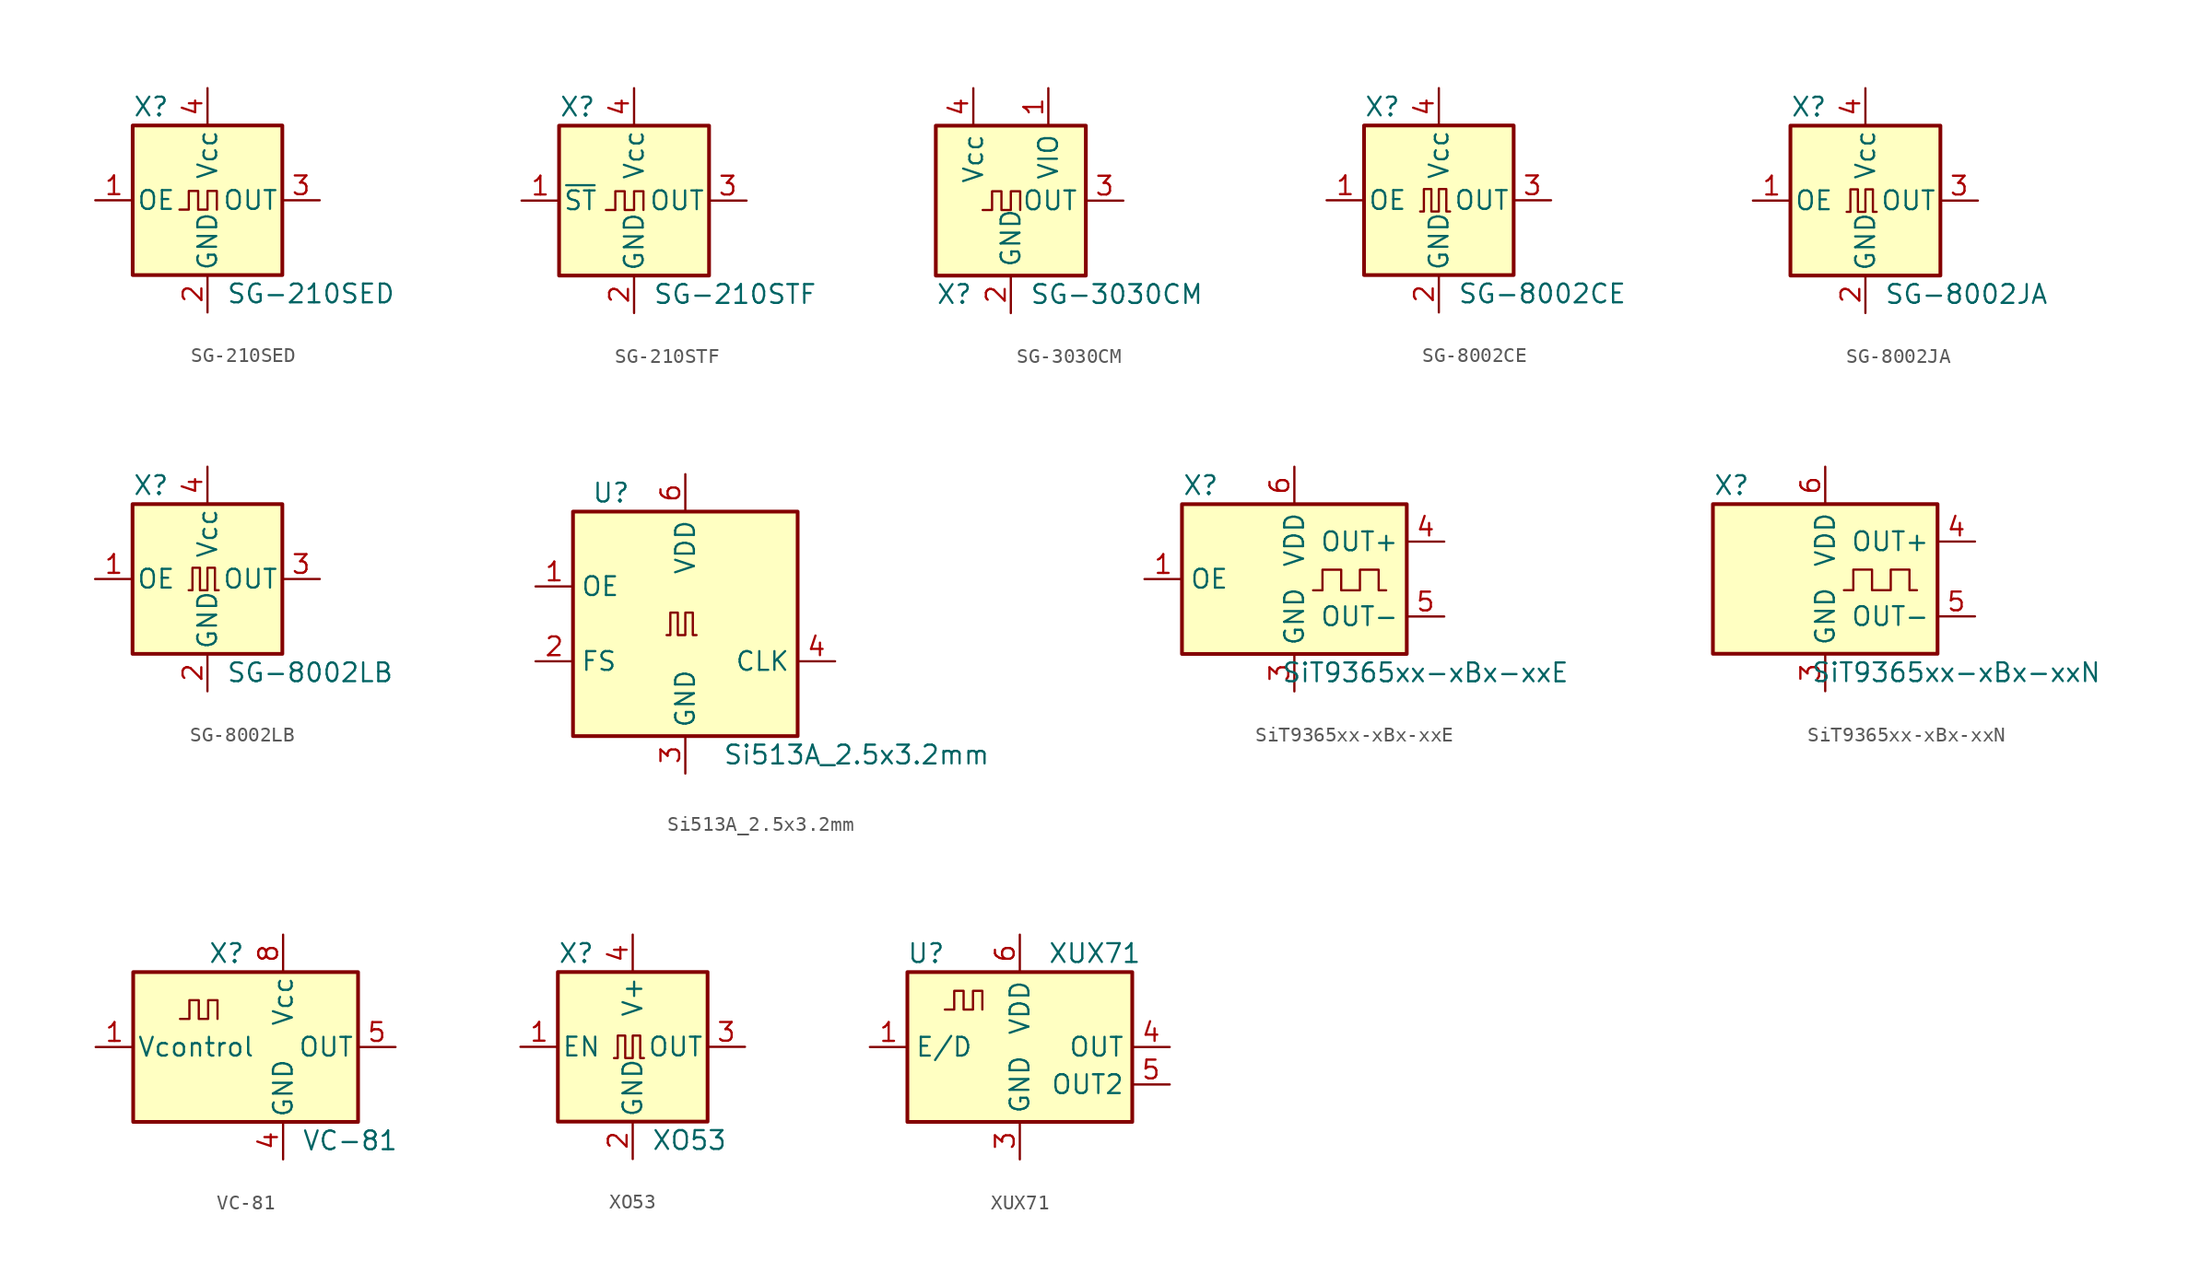
<source format=kicad_sym>
(kicad_symbol_lib
  (version 20231120)
  (generator "kicad_symbol_editor")
  (generator_version "8.0")
  (symbol "SG-210SED"
    (pin_names
      (offset 0.254))
    (property "Reference" "X"
      (at -5.08 6.35 0)
      (effects (font (size 1.27 1.27)) (justify left)))
    (property "Value" "SG-210SED"
      (at 1.27 -6.35 0)
      (effects (font (size 1.27 1.27)) (justify left)))
    (symbol "SG-210SED_0_1"
      (rectangle (start -5.08 5.08) (end 5.08 -5.08) (stroke (width 0.254) (type default)) (fill (type background)))
      (polyline (pts (xy -1.905 -0.635) (xy -1.27 -0.635) (xy -1.27 0.635) (xy -0.635 0.635) (xy -0.635 -0.635) (xy 0 -0.635) (xy 0 0.635) (xy 0.635 0.635) (xy 0.635 -0.635)) (stroke (width 0) (type default)) (fill (type none))))
    (symbol "SG-210SED_1_1"
      (pin input line (at -7.62 0 0) (length 2.54) (name "OE" (effects (font (size 1.27 1.27)))) (number "1" (effects (font (size 1.27 1.27)))))
      (pin power_in line (at 0 -7.62 90) (length 2.54) (name "GND" (effects (font (size 1.27 1.27)))) (number "2" (effects (font (size 1.27 1.27)))))
      (pin output line (at 7.62 0 180) (length 2.54) (name "OUT" (effects (font (size 1.27 1.27)))) (number "3" (effects (font (size 1.27 1.27)))))
      (pin power_in line (at 0 7.62 270) (length 2.54) (name "Vcc" (effects (font (size 1.27 1.27)))) (number "4" (effects (font (size 1.27 1.27)))))))
  (symbol "SG-210STF"
    (pin_names
      (offset 0.254))
    (property "Reference" "X"
      (at -5.08 6.35 0)
      (effects (font (size 1.27 1.27)) (justify left)))
    (property "Value" "SG-210STF"
      (at 1.27 -6.35 0)
      (effects (font (size 1.27 1.27)) (justify left)))
    (symbol "SG-210STF_0_1"
      (rectangle (start -5.08 5.08) (end 5.08 -5.08) (stroke (width 0.254) (type default)) (fill (type background)))
      (polyline (pts (xy -1.905 -0.635) (xy -1.27 -0.635) (xy -1.27 0.635) (xy -0.635 0.635) (xy -0.635 -0.635) (xy 0 -0.635) (xy 0 0.635) (xy 0.635 0.635) (xy 0.635 -0.635)) (stroke (width 0) (type default)) (fill (type none))))
    (symbol "SG-210STF_1_1"
      (pin input line (at -7.62 0 0) (length 2.54) (name "~{ST}" (effects (font (size 1.27 1.27)))) (number "1" (effects (font (size 1.27 1.27)))))
      (pin power_in line (at 0 -7.62 90) (length 2.54) (name "GND" (effects (font (size 1.27 1.27)))) (number "2" (effects (font (size 1.27 1.27)))))
      (pin output line (at 7.62 0 180) (length 2.54) (name "OUT" (effects (font (size 1.27 1.27)))) (number "3" (effects (font (size 1.27 1.27)))))
      (pin power_in line (at 0 7.62 270) (length 2.54) (name "Vcc" (effects (font (size 1.27 1.27)))) (number "4" (effects (font (size 1.27 1.27)))))))
  (symbol "SG-3030CM"
    (property "Reference" "X"
      (at -5.08 -6.35 0)
      (effects (font (size 1.27 1.27)) (justify left)))
    (property "Value" "SG-3030CM"
      (at 1.27 -6.35 0)
      (effects (font (size 1.27 1.27)) (justify left)))
    (symbol "SG-3030CM_0_1"
      (rectangle (start -5.08 5.08) (end 5.08 -5.08) (stroke (width 0.254) (type default)) (fill (type background)))
      (polyline (pts (xy -1.905 -0.635) (xy -1.27 -0.635) (xy -1.27 0.635) (xy -0.635 0.635) (xy -0.635 -0.635) (xy 0 -0.635) (xy 0 0.635) (xy 0.635 0.635) (xy 0.635 -0.635)) (stroke (width 0) (type default)) (fill (type none))))
    (symbol "SG-3030CM_1_1"
      (pin power_in line (at 2.54 7.62 270) (length 2.54) (name "VIO" (effects (font (size 1.27 1.27)))) (number "1" (effects (font (size 1.27 1.27)))))
      (pin power_in line (at 0 -7.62 90) (length 2.54) (name "GND" (effects (font (size 1.27 1.27)))) (number "2" (effects (font (size 1.27 1.27)))))
      (pin output line (at 7.62 0 180) (length 2.54) (name "OUT" (effects (font (size 1.27 1.27)))) (number "3" (effects (font (size 1.27 1.27)))))
      (pin power_in line (at -2.54 7.62 270) (length 2.54) (name "Vcc" (effects (font (size 1.27 1.27)))) (number "4" (effects (font (size 1.27 1.27)))))))
  (symbol "SG-8002CE"
    (pin_names
      (offset 0.254))
    (property "Reference" "X"
      (at -5.08 6.35 0)
      (effects (font (size 1.27 1.27)) (justify left)))
    (property "Value" "SG-8002CE"
      (at 1.27 -6.35 0)
      (effects (font (size 1.27 1.27)) (justify left)))
    (symbol "SG-8002CE_0_1"
      (rectangle (start -5.08 5.08) (end 5.08 -5.08) (stroke (width 0.254) (type default)) (fill (type background)))
      (polyline (pts (xy -1.27 -0.762) (xy -1.016 -0.762) (xy -1.016 0.762) (xy -0.508 0.762) (xy -0.508 -0.762) (xy 0 -0.762) (xy 0 0.762) (xy 0.508 0.762) (xy 0.508 -0.762) (xy 0.762 -0.762)) (stroke (width 0) (type default)) (fill (type none))))
    (symbol "SG-8002CE_1_1"
      (pin input line (at -7.62 0 0) (length 2.54) (name "OE" (effects (font (size 1.27 1.27)))) (number "1" (effects (font (size 1.27 1.27)))))
      (pin power_in line (at 0 -7.62 90) (length 2.54) (name "GND" (effects (font (size 1.27 1.27)))) (number "2" (effects (font (size 1.27 1.27)))))
      (pin output line (at 7.62 0 180) (length 2.54) (name "OUT" (effects (font (size 1.27 1.27)))) (number "3" (effects (font (size 1.27 1.27)))))
      (pin power_in line (at 0 7.62 270) (length 2.54) (name "Vcc" (effects (font (size 1.27 1.27)))) (number "4" (effects (font (size 1.27 1.27)))))))
  (symbol "SG-8002JA"
    (pin_names
      (offset 0.254))
    (property "Reference" "X"
      (at -5.08 6.35 0)
      (effects (font (size 1.27 1.27)) (justify left)))
    (property "Value" "SG-8002JA"
      (at 1.27 -6.35 0)
      (effects (font (size 1.27 1.27)) (justify left)))
    (symbol "SG-8002JA_0_1"
      (rectangle (start -5.08 5.08) (end 5.08 -5.08) (stroke (width 0.254) (type default)) (fill (type background)))
      (polyline (pts (xy -1.27 -0.762) (xy -1.016 -0.762) (xy -1.016 0.762) (xy -0.508 0.762) (xy -0.508 -0.762) (xy 0 -0.762) (xy 0 0.762) (xy 0.508 0.762) (xy 0.508 -0.762) (xy 0.762 -0.762)) (stroke (width 0) (type default)) (fill (type none))))
    (symbol "SG-8002JA_1_1"
      (pin input line (at -7.62 0 0) (length 2.54) (name "OE" (effects (font (size 1.27 1.27)))) (number "1" (effects (font (size 1.27 1.27)))))
      (pin power_in line (at 0 -7.62 90) (length 2.54) (name "GND" (effects (font (size 1.27 1.27)))) (number "2" (effects (font (size 1.27 1.27)))))
      (pin output line (at 7.62 0 180) (length 2.54) (name "OUT" (effects (font (size 1.27 1.27)))) (number "3" (effects (font (size 1.27 1.27)))))
      (pin power_in line (at 0 7.62 270) (length 2.54) (name "Vcc" (effects (font (size 1.27 1.27)))) (number "4" (effects (font (size 1.27 1.27)))))))
  (symbol "SG-8002LB"
    (pin_names
      (offset 0.254))
    (property "Reference" "X"
      (at -5.08 6.35 0)
      (effects (font (size 1.27 1.27)) (justify left)))
    (property "Value" "SG-8002LB"
      (at 1.27 -6.35 0)
      (effects (font (size 1.27 1.27)) (justify left)))
    (symbol "SG-8002LB_0_1"
      (rectangle (start -5.08 5.08) (end 5.08 -5.08) (stroke (width 0.254) (type default)) (fill (type background)))
      (polyline (pts (xy -1.27 -0.762) (xy -1.016 -0.762) (xy -1.016 0.762) (xy -0.508 0.762) (xy -0.508 -0.762) (xy 0 -0.762) (xy 0 0.762) (xy 0.508 0.762) (xy 0.508 -0.762) (xy 0.762 -0.762)) (stroke (width 0) (type default)) (fill (type none))))
    (symbol "SG-8002LB_1_1"
      (pin input line (at -7.62 0 0) (length 2.54) (name "OE" (effects (font (size 1.27 1.27)))) (number "1" (effects (font (size 1.27 1.27)))))
      (pin power_in line (at 0 -7.62 90) (length 2.54) (name "GND" (effects (font (size 1.27 1.27)))) (number "2" (effects (font (size 1.27 1.27)))))
      (pin output line (at 7.62 0 180) (length 2.54) (name "OUT" (effects (font (size 1.27 1.27)))) (number "3" (effects (font (size 1.27 1.27)))))
      (pin power_in line (at 0 7.62 270) (length 2.54) (name "Vcc" (effects (font (size 1.27 1.27)))) (number "4" (effects (font (size 1.27 1.27)))))))
  (symbol "Si513A_2.5x3.2mm"
    (property "Reference" "U"
      (at -6.35 8.89 0)
      (effects (font (size 1.27 1.27)) (justify left)))
    (property "Value" "Si513A_2.5x3.2mm"
      (at 2.54 -8.89 0)
      (effects (font (size 1.27 1.27)) (justify left)))
    (symbol "Si513A_2.5x3.2mm_0_1"
      (rectangle (start -7.62 7.62) (end 7.62 -7.62) (stroke (width 0.254) (type default)) (fill (type background)))
      (polyline (pts (xy -1.27 -0.762) (xy -1.016 -0.762) (xy -1.016 0.762) (xy -0.508 0.762) (xy -0.508 -0.762) (xy 0 -0.762) (xy 0 0.762) (xy 0.508 0.762) (xy 0.508 -0.762) (xy 0.762 -0.762)) (stroke (width 0) (type default)) (fill (type none))))
    (symbol "Si513A_2.5x3.2mm_1_1"
      (pin input line (at -10.16 2.54 0) (length 2.54) (name "OE" (effects (font (size 1.27 1.27)))) (number "1" (effects (font (size 1.27 1.27)))))
      (pin input line (at -10.16 -2.54 0) (length 2.54) (name "FS" (effects (font (size 1.27 1.27)))) (number "2" (effects (font (size 1.27 1.27)))))
      (pin power_in line (at 0 -10.16 90) (length 2.54) (name "GND" (effects (font (size 1.27 1.27)))) (number "3" (effects (font (size 1.27 1.27)))))
      (pin output line (at 10.16 -2.54 180) (length 2.54) (name "CLK" (effects (font (size 1.27 1.27)))) (number "4" (effects (font (size 1.27 1.27)))))
      (pin no_connect line (at 7.62 2.54 180) (length 2.54) hide (name "NC" (effects (font (size 1.27 1.27)))) (number "5" (effects (font (size 1.27 1.27)))))
      (pin power_in line (at 0 10.16 270) (length 2.54) (name "VDD" (effects (font (size 1.27 1.27)))) (number "6" (effects (font (size 1.27 1.27)))))))
  (symbol "SiT9365xx-xBx-xxE"
    (property "Reference" "X"
      (at -6.35 6.35 0)
      (effects (font (size 1.27 1.27))))
    (property "Value" "SiT9365xx-xBx-xxE"
      (at 8.89 -6.35 0)
      (effects (font (size 1.27 1.27))))
    (symbol "SiT9365xx-xBx-xxE_0_1"
      (rectangle (start -7.62 5.08) (end 7.62 -5.08) (stroke (width 0.254) (type default)) (fill (type background)))
      (polyline (pts (xy 1.27 -0.762) (xy 1.905 -0.762) (xy 1.905 0.635) (xy 3.175 0.635) (xy 3.175 -0.762) (xy 4.445 -0.762) (xy 4.445 0.635) (xy 5.715 0.635) (xy 5.715 -0.762) (xy 6.223 -0.762)) (stroke (width 0) (type default)) (fill (type none))))
    (symbol "SiT9365xx-xBx-xxE_1_1"
      (pin input line (at -10.16 0 0) (length 2.54) (name "OE" (effects (font (size 1.27 1.27)))) (number "1" (effects (font (size 1.27 1.27)))))
      (pin no_connect line (at -7.62 2.54 0) (length 2.54) hide (name "NC" (effects (font (size 1.27 1.27)))) (number "2" (effects (font (size 1.27 1.27)))))
      (pin power_in line (at 0 -7.62 90) (length 2.54) (name "GND" (effects (font (size 1.27 1.27)))) (number "3" (effects (font (size 1.27 1.27)))))
      (pin output line (at 10.16 2.54 180) (length 2.54) (name "OUT+" (effects (font (size 1.27 1.27)))) (number "4" (effects (font (size 1.27 1.27)))))
      (pin output line (at 10.16 -2.54 180) (length 2.54) (name "OUT-" (effects (font (size 1.27 1.27)))) (number "5" (effects (font (size 1.27 1.27)))))
      (pin power_in line (at 0 7.62 270) (length 2.54) (name "VDD" (effects (font (size 1.27 1.27)))) (number "6" (effects (font (size 1.27 1.27)))))))
  (symbol "SiT9365xx-xBx-xxN"
    (property "Reference" "X"
      (at -6.35 6.35 0)
      (effects (font (size 1.27 1.27))))
    (property "Value" "SiT9365xx-xBx-xxN"
      (at 8.89 -6.35 0)
      (effects (font (size 1.27 1.27))))
    (symbol "SiT9365xx-xBx-xxN_0_1"
      (rectangle (start -7.62 5.08) (end 7.62 -5.08) (stroke (width 0.254) (type default)) (fill (type background)))
      (polyline (pts (xy 1.27 -0.762) (xy 1.905 -0.762) (xy 1.905 0.635) (xy 3.175 0.635) (xy 3.175 -0.762) (xy 4.445 -0.762) (xy 4.445 0.635) (xy 5.715 0.635) (xy 5.715 -0.762) (xy 6.223 -0.762)) (stroke (width 0) (type default)) (fill (type none))))
    (symbol "SiT9365xx-xBx-xxN_1_1"
      (pin no_connect line (at -7.62 0 0) (length 2.54) hide (name "NC" (effects (font (size 1.27 1.27)))) (number "1" (effects (font (size 1.27 1.27)))))
      (pin no_connect line (at -7.62 2.54 0) (length 2.54) hide (name "NC" (effects (font (size 1.27 1.27)))) (number "2" (effects (font (size 1.27 1.27)))))
      (pin power_in line (at 0 -7.62 90) (length 2.54) (name "GND" (effects (font (size 1.27 1.27)))) (number "3" (effects (font (size 1.27 1.27)))))
      (pin output line (at 10.16 2.54 180) (length 2.54) (name "OUT+" (effects (font (size 1.27 1.27)))) (number "4" (effects (font (size 1.27 1.27)))))
      (pin output line (at 10.16 -2.54 180) (length 2.54) (name "OUT-" (effects (font (size 1.27 1.27)))) (number "5" (effects (font (size 1.27 1.27)))))
      (pin power_in line (at 0 7.62 270) (length 2.54) (name "VDD" (effects (font (size 1.27 1.27)))) (number "6" (effects (font (size 1.27 1.27)))))))
  (symbol "VC-81"
    (pin_names
      (offset 0.254))
    (property "Reference" "X"
      (at -5.08 6.35 0)
      (effects (font (size 1.27 1.27)) (justify left)))
    (property "Value" "VC-81"
      (at 1.27 -6.35 0)
      (effects (font (size 1.27 1.27)) (justify left)))
    (symbol "VC-81_0_1"
      (rectangle (start -10.16 5.08) (end 5.08 -5.08) (stroke (width 0.254) (type default)) (fill (type background)))
      (polyline (pts (xy -6.985 1.905) (xy -6.35 1.905) (xy -6.35 3.175) (xy -5.715 3.175) (xy -5.715 1.905) (xy -5.08 1.905) (xy -5.08 3.175) (xy -4.445 3.175) (xy -4.445 1.905)) (stroke (width 0) (type default)) (fill (type none))))
    (symbol "VC-81_1_1"
      (pin input line (at -12.7 0 0) (length 2.54) (name "Vcontrol" (effects (font (size 1.27 1.27)))) (number "1" (effects (font (size 1.27 1.27)))))
      (pin power_in line (at 0 -7.62 90) (length 2.54) (name "GND" (effects (font (size 1.27 1.27)))) (number "4" (effects (font (size 1.27 1.27)))))
      (pin output line (at 7.62 0 180) (length 2.54) (name "OUT" (effects (font (size 1.27 1.27)))) (number "5" (effects (font (size 1.27 1.27)))))
      (pin power_in line (at 0 7.62 270) (length 2.54) (name "Vcc" (effects (font (size 1.27 1.27)))) (number "8" (effects (font (size 1.27 1.27)))))))
  (symbol "XO53"
    (pin_names
      (offset 0.254))
    (property "Reference" "X"
      (at -5.08 6.35 0)
      (effects (font (size 1.27 1.27)) (justify left)))
    (property "Value" "XO53"
      (at 1.27 -6.35 0)
      (effects (font (size 1.27 1.27)) (justify left)))
    (symbol "XO53_0_1"
      (rectangle (start -5.08 5.08) (end 5.08 -5.08) (stroke (width 0.254) (type default)) (fill (type background)))
      (polyline (pts (xy 0.762 -0.762) (xy 0.508 -0.762) (xy 0.508 0.762) (xy 0 0.762) (xy 0 -0.762) (xy -0.508 -0.762) (xy -0.508 0.762) (xy -1.016 0.762) (xy -1.016 -0.762) (xy -1.27 -0.762)) (stroke (width 0) (type default)) (fill (type none))))
    (symbol "XO53_1_1"
      (pin input line (at -7.62 0 0) (length 2.54) (name "EN" (effects (font (size 1.27 1.27)))) (number "1" (effects (font (size 1.27 1.27)))))
      (pin power_in line (at 0 -7.62 90) (length 2.54) (name "GND" (effects (font (size 1.27 1.27)))) (number "2" (effects (font (size 1.27 1.27)))))
      (pin output line (at 7.62 0 180) (length 2.54) (name "OUT" (effects (font (size 1.27 1.27)))) (number "3" (effects (font (size 1.27 1.27)))))
      (pin power_in line (at 0 7.62 270) (length 2.54) (name "V+" (effects (font (size 1.27 1.27)))) (number "4" (effects (font (size 1.27 1.27)))))))
  (symbol "XUX71"
    (property "Reference" "U"
      (at -6.35 6.35 0)
      (effects (font (size 1.27 1.27))))
    (property "Value" "XUX71"
      (at 5.08 6.35 0)
      (effects (font (size 1.27 1.27))))
    (symbol "XUX71_0_1"
      (rectangle (start -7.62 5.08) (end 7.62 -5.08) (stroke (width 0.254) (type default)) (fill (type background))))
    (symbol "XUX71_1_1"
      (polyline (pts (xy -5.08 2.54) (xy -4.445 2.54) (xy -4.445 3.81) (xy -3.81 3.81) (xy -3.81 2.54) (xy -3.175 2.54) (xy -3.175 3.81) (xy -2.54 3.81) (xy -2.54 2.54)) (stroke (width 0) (type default)) (fill (type none)))
      (pin input line (at -10.16 0 0) (length 2.54) (name "E/D" (effects (font (size 1.27 1.27)))) (number "1" (effects (font (size 1.27 1.27)))))
      (pin no_connect line (at -7.62 -2.54 0) (length 2.54) hide (name "NC" (effects (font (size 1.27 1.27)))) (number "2" (effects (font (size 1.27 1.27)))))
      (pin power_in line (at 0 -7.62 90) (length 2.54) (name "GND" (effects (font (size 1.27 1.27)))) (number "3" (effects (font (size 1.27 1.27)))))
      (pin output line (at 10.16 0 180) (length 2.54) (name "OUT" (effects (font (size 1.27 1.27)))) (number "4" (effects (font (size 1.27 1.27)))))
      (pin output line (at 10.16 -2.54 180) (length 2.54) (name "OUT2" (effects (font (size 1.27 1.27)))) (number "5" (effects (font (size 1.27 1.27)))))
      (pin power_in line (at 0 7.62 270) (length 2.54) (name "VDD" (effects (font (size 1.27 1.27)))) (number "6" (effects (font (size 1.27 1.27))))))))
</source>
